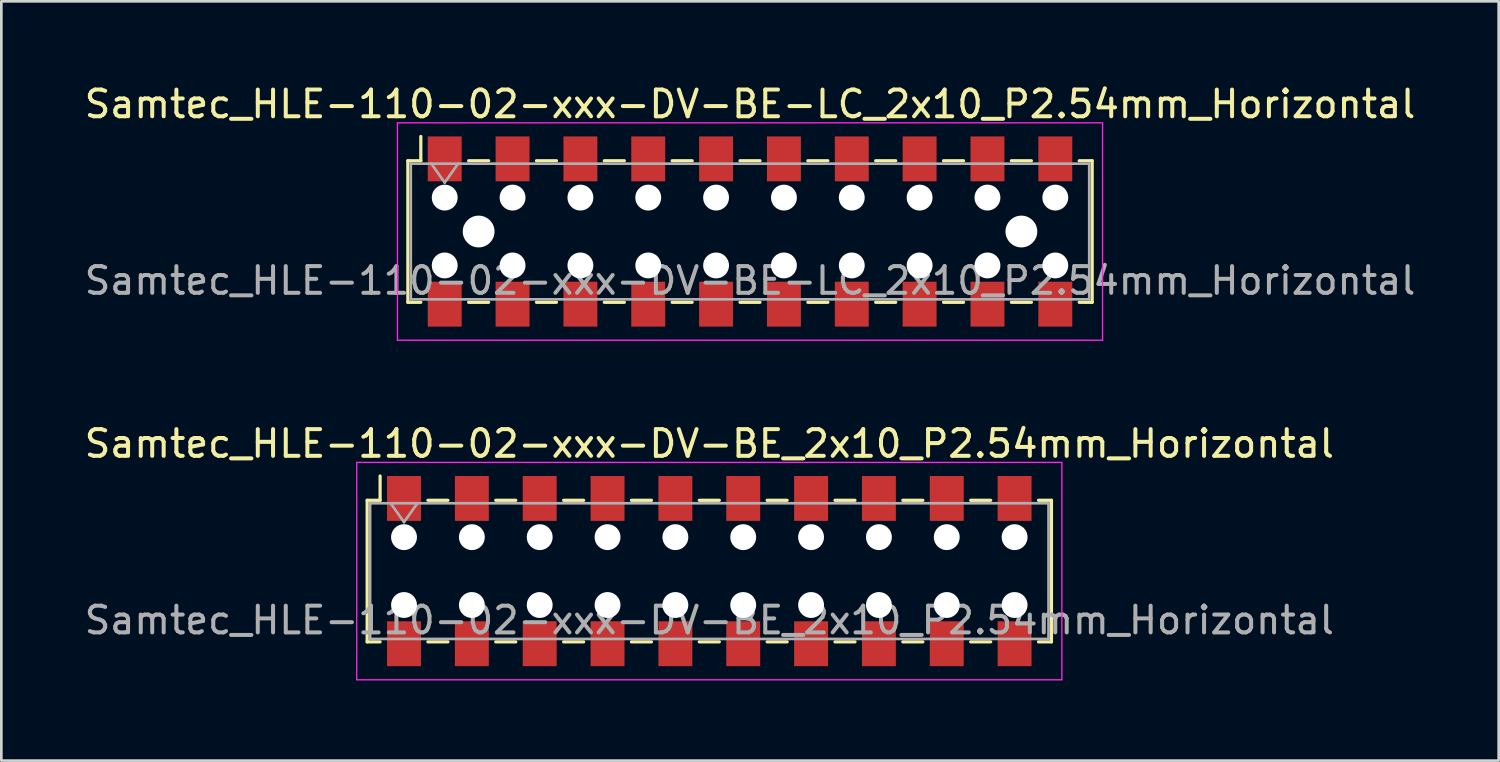
<source format=kicad_pcb>
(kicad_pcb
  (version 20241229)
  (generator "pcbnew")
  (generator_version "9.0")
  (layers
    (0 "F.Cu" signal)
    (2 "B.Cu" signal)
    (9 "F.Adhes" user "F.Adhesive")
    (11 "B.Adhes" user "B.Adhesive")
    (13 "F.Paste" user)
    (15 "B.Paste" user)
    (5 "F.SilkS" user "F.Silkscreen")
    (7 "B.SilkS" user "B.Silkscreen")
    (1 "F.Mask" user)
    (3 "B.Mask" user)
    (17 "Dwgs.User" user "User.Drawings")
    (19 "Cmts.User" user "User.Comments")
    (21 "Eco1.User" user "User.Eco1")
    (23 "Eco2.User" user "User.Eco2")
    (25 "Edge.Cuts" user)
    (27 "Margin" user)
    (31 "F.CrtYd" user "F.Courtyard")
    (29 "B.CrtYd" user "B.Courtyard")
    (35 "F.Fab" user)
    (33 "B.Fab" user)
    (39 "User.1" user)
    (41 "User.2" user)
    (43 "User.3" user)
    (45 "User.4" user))
  (footprint "Samtec_HLE-110-02-xxx-DV-BE-LC_2x10_P2.54mm_Horizontal"
    (layer "F.Cu")
    (at 25.03 5.618)
    (property "Reference" "Samtec_HLE-110-02-xxx-DV-BE-LC_2x10_P2.54mm_Horizontal" (at 0 -4.77 0) (layer "F.SilkS") (effects (font (size 1 1) (thickness 0.15))))
    (attr smd)
    (fp_line (start -12.81 -2.65) (end -12.81 2.65) (stroke (width 0.12) (type solid)) (layer "F.SilkS"))
    (fp_line (start -12.81 2.65) (end -12.325 2.65) (stroke (width 0.12) (type solid)) (layer "F.SilkS"))
    (fp_line (start -12.325 -3.56) (end -12.325 -2.65) (stroke (width 0.12) (type solid)) (layer "F.SilkS"))
    (fp_line (start -12.325 -2.65) (end -12.81 -2.65) (stroke (width 0.12) (type solid)) (layer "F.SilkS"))
    (fp_line (start -10.535 -2.65) (end -9.785 -2.65) (stroke (width 0.12) (type solid)) (layer "F.SilkS"))
    (fp_line (start -10.535 2.65) (end -9.785 2.65) (stroke (width 0.12) (type solid)) (layer "F.SilkS"))
    (fp_line (start -7.995 -2.65) (end -7.245 -2.65) (stroke (width 0.12) (type solid)) (layer "F.SilkS"))
    (fp_line (start -7.995 2.65) (end -7.245 2.65) (stroke (width 0.12) (type solid)) (layer "F.SilkS"))
    (fp_line (start -5.455 -2.65) (end -4.705 -2.65) (stroke (width 0.12) (type solid)) (layer "F.SilkS"))
    (fp_line (start -5.455 2.65) (end -4.705 2.65) (stroke (width 0.12) (type solid)) (layer "F.SilkS"))
    (fp_line (start -2.915 -2.65) (end -2.165 -2.65) (stroke (width 0.12) (type solid)) (layer "F.SilkS"))
    (fp_line (start -2.915 2.65) (end -2.165 2.65) (stroke (width 0.12) (type solid)) (layer "F.SilkS"))
    (fp_line (start -0.375 -2.65) (end 0.375 -2.65) (stroke (width 0.12) (type solid)) (layer "F.SilkS"))
    (fp_line (start -0.375 2.65) (end 0.375 2.65) (stroke (width 0.12) (type solid)) (layer "F.SilkS"))
    (fp_line (start 2.165 -2.65) (end 2.915 -2.65) (stroke (width 0.12) (type solid)) (layer "F.SilkS"))
    (fp_line (start 2.165 2.65) (end 2.915 2.65) (stroke (width 0.12) (type solid)) (layer "F.SilkS"))
    (fp_line (start 4.705 -2.65) (end 5.455 -2.65) (stroke (width 0.12) (type solid)) (layer "F.SilkS"))
    (fp_line (start 4.705 2.65) (end 5.455 2.65) (stroke (width 0.12) (type solid)) (layer "F.SilkS"))
    (fp_line (start 7.245 -2.65) (end 7.995 -2.65) (stroke (width 0.12) (type solid)) (layer "F.SilkS"))
    (fp_line (start 7.245 2.65) (end 7.995 2.65) (stroke (width 0.12) (type solid)) (layer "F.SilkS"))
    (fp_line (start 9.785 -2.65) (end 10.535 -2.65) (stroke (width 0.12) (type solid)) (layer "F.SilkS"))
    (fp_line (start 9.785 2.65) (end 10.535 2.65) (stroke (width 0.12) (type solid)) (layer "F.SilkS"))
    (fp_line (start 12.325 -2.65) (end 12.81 -2.65) (stroke (width 0.12) (type solid)) (layer "F.SilkS"))
    (fp_line (start 12.81 -2.65) (end 12.81 2.65) (stroke (width 0.12) (type solid)) (layer "F.SilkS"))
    (fp_line (start 12.81 2.65) (end 12.325 2.65) (stroke (width 0.12) (type solid)) (layer "F.SilkS"))
    (fp_line (start -13.2 -4.07) (end 13.2 -4.07) (stroke (width 0.05) (type solid)) (layer "F.CrtYd"))
    (fp_line (start -13.2 4.07) (end -13.2 -4.07) (stroke (width 0.05) (type solid)) (layer "F.CrtYd"))
    (fp_line (start 13.2 -4.07) (end 13.2 4.07) (stroke (width 0.05) (type solid)) (layer "F.CrtYd"))
    (fp_line (start 13.2 4.07) (end -13.2 4.07) (stroke (width 0.05) (type solid)) (layer "F.CrtYd"))
    (fp_line (start -12.7 -2.54) (end 12.7 -2.54) (stroke (width 0.1) (type solid)) (layer "F.Fab"))
    (fp_line (start -12.7 2.54) (end -12.7 -2.54) (stroke (width 0.1) (type solid)) (layer "F.Fab"))
    (fp_line (start -11.93 -2.54) (end -11.43 -1.833) (stroke (width 0.1) (type solid)) (layer "F.Fab"))
    (fp_line (start -11.43 -1.833) (end -10.93 -2.54) (stroke (width 0.1) (type solid)) (layer "F.Fab"))
    (fp_line (start 12.7 -2.54) (end 12.7 2.54) (stroke (width 0.1) (type solid)) (layer "F.Fab"))
    (fp_line (start 12.7 2.54) (end -12.7 2.54) (stroke (width 0.1) (type solid)) (layer "F.Fab"))
    (fp_text user "${REFERENCE}" (at 0 1.84 0) (layer "F.Fab") (effects (font (size 1 1) (thickness 0.15))))
    (pad "" np_thru_hole circle (at -11.43 -1.27) (size 0.97 0.97) (drill 0.97) (layers "*.Cu" "*.Mask"))
    (pad "" np_thru_hole circle (at -11.43 1.27) (size 0.97 0.97) (drill 0.97) (layers "*.Cu" "*.Mask"))
    (pad "" np_thru_hole circle (at -10.16 0) (size 1.19 1.19) (drill 1.19) (layers "*.Cu" "*.Mask"))
    (pad "" np_thru_hole circle (at -8.89 -1.27) (size 0.97 0.97) (drill 0.97) (layers "*.Cu" "*.Mask"))
    (pad "" np_thru_hole circle (at -8.89 1.27) (size 0.97 0.97) (drill 0.97) (layers "*.Cu" "*.Mask"))
    (pad "" np_thru_hole circle (at -6.35 -1.27) (size 0.97 0.97) (drill 0.97) (layers "*.Cu" "*.Mask"))
    (pad "" np_thru_hole circle (at -6.35 1.27) (size 0.97 0.97) (drill 0.97) (layers "*.Cu" "*.Mask"))
    (pad "" np_thru_hole circle (at -3.81 -1.27) (size 0.97 0.97) (drill 0.97) (layers "*.Cu" "*.Mask"))
    (pad "" np_thru_hole circle (at -3.81 1.27) (size 0.97 0.97) (drill 0.97) (layers "*.Cu" "*.Mask"))
    (pad "" np_thru_hole circle (at -1.27 -1.27) (size 0.97 0.97) (drill 0.97) (layers "*.Cu" "*.Mask"))
    (pad "" np_thru_hole circle (at -1.27 1.27) (size 0.97 0.97) (drill 0.97) (layers "*.Cu" "*.Mask"))
    (pad "" np_thru_hole circle (at 1.27 -1.27) (size 0.97 0.97) (drill 0.97) (layers "*.Cu" "*.Mask"))
    (pad "" np_thru_hole circle (at 1.27 1.27) (size 0.97 0.97) (drill 0.97) (layers "*.Cu" "*.Mask"))
    (pad "" np_thru_hole circle (at 3.81 -1.27) (size 0.97 0.97) (drill 0.97) (layers "*.Cu" "*.Mask"))
    (pad "" np_thru_hole circle (at 3.81 1.27) (size 0.97 0.97) (drill 0.97) (layers "*.Cu" "*.Mask"))
    (pad "" np_thru_hole circle (at 6.35 -1.27) (size 0.97 0.97) (drill 0.97) (layers "*.Cu" "*.Mask"))
    (pad "" np_thru_hole circle (at 6.35 1.27) (size 0.97 0.97) (drill 0.97) (layers "*.Cu" "*.Mask"))
    (pad "" np_thru_hole circle (at 8.89 -1.27) (size 0.97 0.97) (drill 0.97) (layers "*.Cu" "*.Mask"))
    (pad "" np_thru_hole circle (at 8.89 1.27) (size 0.97 0.97) (drill 0.97) (layers "*.Cu" "*.Mask"))
    (pad "" np_thru_hole circle (at 10.16 0) (size 1.19 1.19) (drill 1.19) (layers "*.Cu" "*.Mask"))
    (pad "" np_thru_hole circle (at 11.43 -1.27) (size 0.97 0.97) (drill 0.97) (layers "*.Cu" "*.Mask"))
    (pad "" np_thru_hole circle (at 11.43 1.27) (size 0.97 0.97) (drill 0.97) (layers "*.Cu" "*.Mask"))
    (pad "1" smd rect (at -11.43 -2.72) (size 1.27 1.68) (layers "F.Cu" "F.Mask" "F.Paste"))
    (pad "2" smd rect (at -11.43 2.72) (size 1.27 1.68) (layers "F.Cu" "F.Mask" "F.Paste"))
    (pad "3" smd rect (at -8.89 -2.72) (size 1.27 1.68) (layers "F.Cu" "F.Mask" "F.Paste"))
    (pad "4" smd rect (at -8.89 2.72) (size 1.27 1.68) (layers "F.Cu" "F.Mask" "F.Paste"))
    (pad "5" smd rect (at -6.35 -2.72) (size 1.27 1.68) (layers "F.Cu" "F.Mask" "F.Paste"))
    (pad "6" smd rect (at -6.35 2.72) (size 1.27 1.68) (layers "F.Cu" "F.Mask" "F.Paste"))
    (pad "7" smd rect (at -3.81 -2.72) (size 1.27 1.68) (layers "F.Cu" "F.Mask" "F.Paste"))
    (pad "8" smd rect (at -3.81 2.72) (size 1.27 1.68) (layers "F.Cu" "F.Mask" "F.Paste"))
    (pad "9" smd rect (at -1.27 -2.72) (size 1.27 1.68) (layers "F.Cu" "F.Mask" "F.Paste"))
    (pad "10" smd rect (at -1.27 2.72) (size 1.27 1.68) (layers "F.Cu" "F.Mask" "F.Paste"))
    (pad "11" smd rect (at 1.27 -2.72) (size 1.27 1.68) (layers "F.Cu" "F.Mask" "F.Paste"))
    (pad "12" smd rect (at 1.27 2.72) (size 1.27 1.68) (layers "F.Cu" "F.Mask" "F.Paste"))
    (pad "13" smd rect (at 3.81 -2.72) (size 1.27 1.68) (layers "F.Cu" "F.Mask" "F.Paste"))
    (pad "14" smd rect (at 3.81 2.72) (size 1.27 1.68) (layers "F.Cu" "F.Mask" "F.Paste"))
    (pad "15" smd rect (at 6.35 -2.72) (size 1.27 1.68) (layers "F.Cu" "F.Mask" "F.Paste"))
    (pad "16" smd rect (at 6.35 2.72) (size 1.27 1.68) (layers "F.Cu" "F.Mask" "F.Paste"))
    (pad "17" smd rect (at 8.89 -2.72) (size 1.27 1.68) (layers "F.Cu" "F.Mask" "F.Paste"))
    (pad "18" smd rect (at 8.89 2.72) (size 1.27 1.68) (layers "F.Cu" "F.Mask" "F.Paste"))
    (pad "19" smd rect (at 11.43 -2.72) (size 1.27 1.68) (layers "F.Cu" "F.Mask" "F.Paste"))
    (pad "20" smd rect (at 11.43 2.72) (size 1.27 1.68) (layers "F.Cu" "F.Mask" "F.Paste")))
  (footprint "Samtec_HLE-110-02-xxx-DV-BE_2x10_P2.54mm_Horizontal"
    (layer "F.Cu")
    (at 23.506 18.331)
    (property "Reference" "Samtec_HLE-110-02-xxx-DV-BE_2x10_P2.54mm_Horizontal" (at 0 -4.77 0) (layer "F.SilkS") (effects (font (size 1 1) (thickness 0.15))))
    (attr smd)
    (fp_line (start -12.81 -2.65) (end -12.81 2.65) (stroke (width 0.12) (type solid)) (layer "F.SilkS"))
    (fp_line (start -12.81 2.65) (end -12.325 2.65) (stroke (width 0.12) (type solid)) (layer "F.SilkS"))
    (fp_line (start -12.325 -3.56) (end -12.325 -2.65) (stroke (width 0.12) (type solid)) (layer "F.SilkS"))
    (fp_line (start -12.325 -2.65) (end -12.81 -2.65) (stroke (width 0.12) (type solid)) (layer "F.SilkS"))
    (fp_line (start -10.535 -2.65) (end -9.785 -2.65) (stroke (width 0.12) (type solid)) (layer "F.SilkS"))
    (fp_line (start -10.535 2.65) (end -9.785 2.65) (stroke (width 0.12) (type solid)) (layer "F.SilkS"))
    (fp_line (start -7.995 -2.65) (end -7.245 -2.65) (stroke (width 0.12) (type solid)) (layer "F.SilkS"))
    (fp_line (start -7.995 2.65) (end -7.245 2.65) (stroke (width 0.12) (type solid)) (layer "F.SilkS"))
    (fp_line (start -5.455 -2.65) (end -4.705 -2.65) (stroke (width 0.12) (type solid)) (layer "F.SilkS"))
    (fp_line (start -5.455 2.65) (end -4.705 2.65) (stroke (width 0.12) (type solid)) (layer "F.SilkS"))
    (fp_line (start -2.915 -2.65) (end -2.165 -2.65) (stroke (width 0.12) (type solid)) (layer "F.SilkS"))
    (fp_line (start -2.915 2.65) (end -2.165 2.65) (stroke (width 0.12) (type solid)) (layer "F.SilkS"))
    (fp_line (start -0.375 -2.65) (end 0.375 -2.65) (stroke (width 0.12) (type solid)) (layer "F.SilkS"))
    (fp_line (start -0.375 2.65) (end 0.375 2.65) (stroke (width 0.12) (type solid)) (layer "F.SilkS"))
    (fp_line (start 2.165 -2.65) (end 2.915 -2.65) (stroke (width 0.12) (type solid)) (layer "F.SilkS"))
    (fp_line (start 2.165 2.65) (end 2.915 2.65) (stroke (width 0.12) (type solid)) (layer "F.SilkS"))
    (fp_line (start 4.705 -2.65) (end 5.455 -2.65) (stroke (width 0.12) (type solid)) (layer "F.SilkS"))
    (fp_line (start 4.705 2.65) (end 5.455 2.65) (stroke (width 0.12) (type solid)) (layer "F.SilkS"))
    (fp_line (start 7.245 -2.65) (end 7.995 -2.65) (stroke (width 0.12) (type solid)) (layer "F.SilkS"))
    (fp_line (start 7.245 2.65) (end 7.995 2.65) (stroke (width 0.12) (type solid)) (layer "F.SilkS"))
    (fp_line (start 9.785 -2.65) (end 10.535 -2.65) (stroke (width 0.12) (type solid)) (layer "F.SilkS"))
    (fp_line (start 9.785 2.65) (end 10.535 2.65) (stroke (width 0.12) (type solid)) (layer "F.SilkS"))
    (fp_line (start 12.325 -2.65) (end 12.81 -2.65) (stroke (width 0.12) (type solid)) (layer "F.SilkS"))
    (fp_line (start 12.81 -2.65) (end 12.81 2.65) (stroke (width 0.12) (type solid)) (layer "F.SilkS"))
    (fp_line (start 12.81 2.65) (end 12.325 2.65) (stroke (width 0.12) (type solid)) (layer "F.SilkS"))
    (fp_line (start -13.2 -4.07) (end 13.2 -4.07) (stroke (width 0.05) (type solid)) (layer "F.CrtYd"))
    (fp_line (start -13.2 4.07) (end -13.2 -4.07) (stroke (width 0.05) (type solid)) (layer "F.CrtYd"))
    (fp_line (start 13.2 -4.07) (end 13.2 4.07) (stroke (width 0.05) (type solid)) (layer "F.CrtYd"))
    (fp_line (start 13.2 4.07) (end -13.2 4.07) (stroke (width 0.05) (type solid)) (layer "F.CrtYd"))
    (fp_line (start -12.7 -2.54) (end 12.7 -2.54) (stroke (width 0.1) (type solid)) (layer "F.Fab"))
    (fp_line (start -12.7 2.54) (end -12.7 -2.54) (stroke (width 0.1) (type solid)) (layer "F.Fab"))
    (fp_line (start -11.93 -2.54) (end -11.43 -1.833) (stroke (width 0.1) (type solid)) (layer "F.Fab"))
    (fp_line (start -11.43 -1.833) (end -10.93 -2.54) (stroke (width 0.1) (type solid)) (layer "F.Fab"))
    (fp_line (start 12.7 -2.54) (end 12.7 2.54) (stroke (width 0.1) (type solid)) (layer "F.Fab"))
    (fp_line (start 12.7 2.54) (end -12.7 2.54) (stroke (width 0.1) (type solid)) (layer "F.Fab"))
    (fp_text user "${REFERENCE}" (at 0 1.84 0) (layer "F.Fab") (effects (font (size 1 1) (thickness 0.15))))
    (pad "" np_thru_hole circle (at -11.43 -1.27) (size 0.97 0.97) (drill 0.97) (layers "*.Cu" "*.Mask"))
    (pad "" np_thru_hole circle (at -11.43 1.27) (size 0.97 0.97) (drill 0.97) (layers "*.Cu" "*.Mask"))
    (pad "" np_thru_hole circle (at -8.89 -1.27) (size 0.97 0.97) (drill 0.97) (layers "*.Cu" "*.Mask"))
    (pad "" np_thru_hole circle (at -8.89 1.27) (size 0.97 0.97) (drill 0.97) (layers "*.Cu" "*.Mask"))
    (pad "" np_thru_hole circle (at -6.35 -1.27) (size 0.97 0.97) (drill 0.97) (layers "*.Cu" "*.Mask"))
    (pad "" np_thru_hole circle (at -6.35 1.27) (size 0.97 0.97) (drill 0.97) (layers "*.Cu" "*.Mask"))
    (pad "" np_thru_hole circle (at -3.81 -1.27) (size 0.97 0.97) (drill 0.97) (layers "*.Cu" "*.Mask"))
    (pad "" np_thru_hole circle (at -3.81 1.27) (size 0.97 0.97) (drill 0.97) (layers "*.Cu" "*.Mask"))
    (pad "" np_thru_hole circle (at -1.27 -1.27) (size 0.97 0.97) (drill 0.97) (layers "*.Cu" "*.Mask"))
    (pad "" np_thru_hole circle (at -1.27 1.27) (size 0.97 0.97) (drill 0.97) (layers "*.Cu" "*.Mask"))
    (pad "" np_thru_hole circle (at 1.27 -1.27) (size 0.97 0.97) (drill 0.97) (layers "*.Cu" "*.Mask"))
    (pad "" np_thru_hole circle (at 1.27 1.27) (size 0.97 0.97) (drill 0.97) (layers "*.Cu" "*.Mask"))
    (pad "" np_thru_hole circle (at 3.81 -1.27) (size 0.97 0.97) (drill 0.97) (layers "*.Cu" "*.Mask"))
    (pad "" np_thru_hole circle (at 3.81 1.27) (size 0.97 0.97) (drill 0.97) (layers "*.Cu" "*.Mask"))
    (pad "" np_thru_hole circle (at 6.35 -1.27) (size 0.97 0.97) (drill 0.97) (layers "*.Cu" "*.Mask"))
    (pad "" np_thru_hole circle (at 6.35 1.27) (size 0.97 0.97) (drill 0.97) (layers "*.Cu" "*.Mask"))
    (pad "" np_thru_hole circle (at 8.89 -1.27) (size 0.97 0.97) (drill 0.97) (layers "*.Cu" "*.Mask"))
    (pad "" np_thru_hole circle (at 8.89 1.27) (size 0.97 0.97) (drill 0.97) (layers "*.Cu" "*.Mask"))
    (pad "" np_thru_hole circle (at 11.43 -1.27) (size 0.97 0.97) (drill 0.97) (layers "*.Cu" "*.Mask"))
    (pad "" np_thru_hole circle (at 11.43 1.27) (size 0.97 0.97) (drill 0.97) (layers "*.Cu" "*.Mask"))
    (pad "1" smd rect (at -11.43 -2.72) (size 1.27 1.68) (layers "F.Cu" "F.Mask" "F.Paste"))
    (pad "2" smd rect (at -11.43 2.72) (size 1.27 1.68) (layers "F.Cu" "F.Mask" "F.Paste"))
    (pad "3" smd rect (at -8.89 -2.72) (size 1.27 1.68) (layers "F.Cu" "F.Mask" "F.Paste"))
    (pad "4" smd rect (at -8.89 2.72) (size 1.27 1.68) (layers "F.Cu" "F.Mask" "F.Paste"))
    (pad "5" smd rect (at -6.35 -2.72) (size 1.27 1.68) (layers "F.Cu" "F.Mask" "F.Paste"))
    (pad "6" smd rect (at -6.35 2.72) (size 1.27 1.68) (layers "F.Cu" "F.Mask" "F.Paste"))
    (pad "7" smd rect (at -3.81 -2.72) (size 1.27 1.68) (layers "F.Cu" "F.Mask" "F.Paste"))
    (pad "8" smd rect (at -3.81 2.72) (size 1.27 1.68) (layers "F.Cu" "F.Mask" "F.Paste"))
    (pad "9" smd rect (at -1.27 -2.72) (size 1.27 1.68) (layers "F.Cu" "F.Mask" "F.Paste"))
    (pad "10" smd rect (at -1.27 2.72) (size 1.27 1.68) (layers "F.Cu" "F.Mask" "F.Paste"))
    (pad "11" smd rect (at 1.27 -2.72) (size 1.27 1.68) (layers "F.Cu" "F.Mask" "F.Paste"))
    (pad "12" smd rect (at 1.27 2.72) (size 1.27 1.68) (layers "F.Cu" "F.Mask" "F.Paste"))
    (pad "13" smd rect (at 3.81 -2.72) (size 1.27 1.68) (layers "F.Cu" "F.Mask" "F.Paste"))
    (pad "14" smd rect (at 3.81 2.72) (size 1.27 1.68) (layers "F.Cu" "F.Mask" "F.Paste"))
    (pad "15" smd rect (at 6.35 -2.72) (size 1.27 1.68) (layers "F.Cu" "F.Mask" "F.Paste"))
    (pad "16" smd rect (at 6.35 2.72) (size 1.27 1.68) (layers "F.Cu" "F.Mask" "F.Paste"))
    (pad "17" smd rect (at 8.89 -2.72) (size 1.27 1.68) (layers "F.Cu" "F.Mask" "F.Paste"))
    (pad "18" smd rect (at 8.89 2.72) (size 1.27 1.68) (layers "F.Cu" "F.Mask" "F.Paste"))
    (pad "19" smd rect (at 11.43 -2.72) (size 1.27 1.68) (layers "F.Cu" "F.Mask" "F.Paste"))
    (pad "20" smd rect (at 11.43 2.72) (size 1.27 1.68) (layers "F.Cu" "F.Mask" "F.Paste")))
  (gr_rect
    (start -3 -3)
    (end 53.06 25.427)
    (stroke (width 0.1) (type default))
    (fill no)
    (layer "Edge.Cuts")))
</source>
